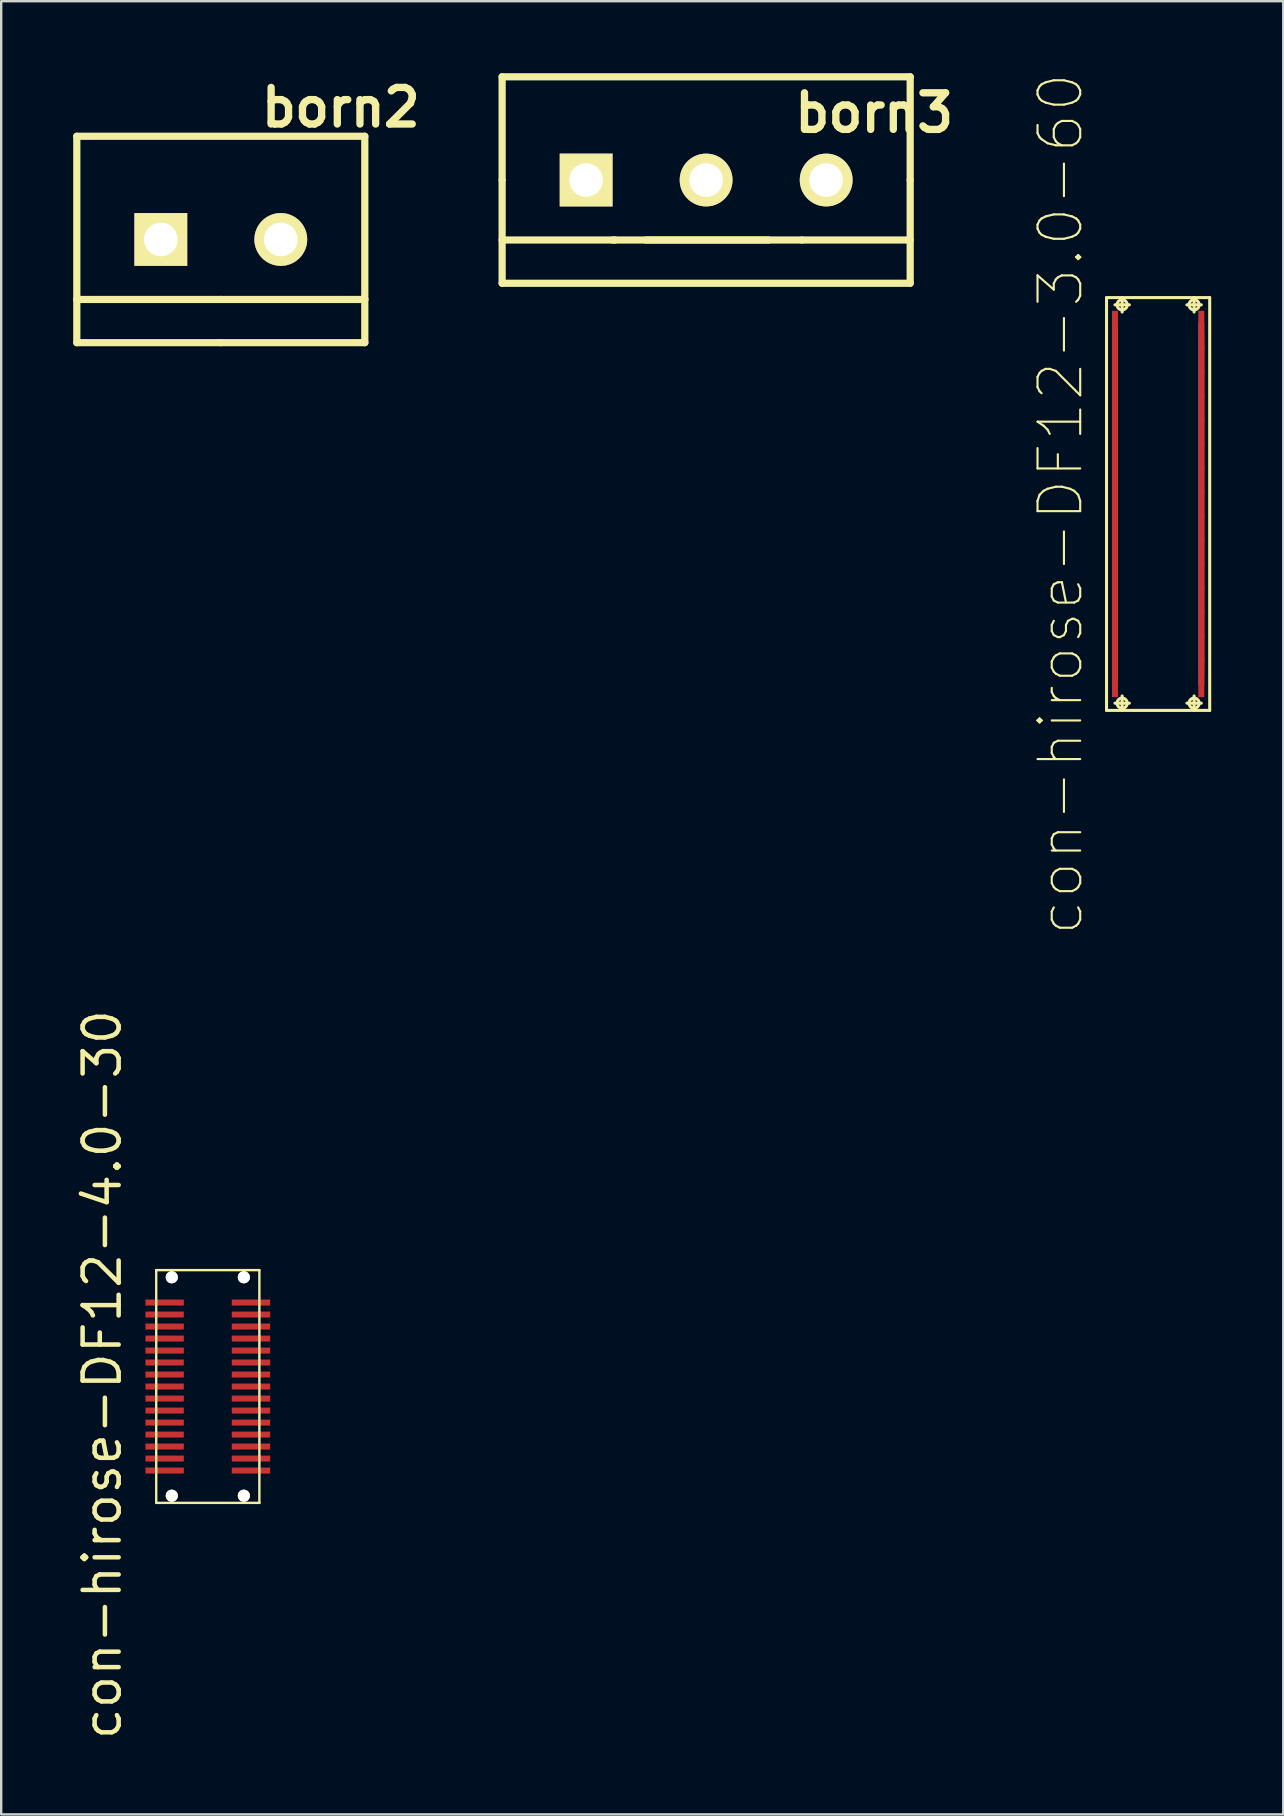
<source format=kicad_pcb>
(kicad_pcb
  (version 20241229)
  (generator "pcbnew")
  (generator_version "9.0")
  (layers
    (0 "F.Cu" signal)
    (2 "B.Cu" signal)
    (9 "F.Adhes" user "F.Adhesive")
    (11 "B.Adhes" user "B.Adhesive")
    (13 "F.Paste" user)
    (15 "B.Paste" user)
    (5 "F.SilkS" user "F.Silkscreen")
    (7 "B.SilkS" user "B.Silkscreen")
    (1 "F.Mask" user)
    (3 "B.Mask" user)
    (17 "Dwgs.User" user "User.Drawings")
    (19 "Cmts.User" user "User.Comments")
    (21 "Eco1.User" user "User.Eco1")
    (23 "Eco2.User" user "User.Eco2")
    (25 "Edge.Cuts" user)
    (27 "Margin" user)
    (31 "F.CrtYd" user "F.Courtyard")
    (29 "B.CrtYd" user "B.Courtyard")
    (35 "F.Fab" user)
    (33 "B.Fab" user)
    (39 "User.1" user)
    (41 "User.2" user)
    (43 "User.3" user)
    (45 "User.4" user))
  (footprint "con-hirose-DF12-3.0-60"
    (layer "F.Cu")
    (at 45.198 17.947)
    (property "Reference" "con-hirose-DF12-3.0-60" (at -4.064 0 90) (layer "F.SilkS") (effects (font (size 1.778 1.778) (thickness 0.089))))
    (attr smd)
    (fp_line (start -2.149 -8.598) (end -2.149 8.598) (stroke (width 0.127) (type solid)) (layer "F.SilkS"))
    (fp_line (start -2.149 8.598) (end 2.149 8.598) (stroke (width 0.127) (type solid)) (layer "F.SilkS"))
    (fp_line (start -1.798 -8.298) (end -1.199 -8.298) (stroke (width 0.127) (type solid)) (layer "F.SilkS"))
    (fp_line (start -1.798 8.298) (end -1.199 8.298) (stroke (width 0.127) (type solid)) (layer "F.SilkS"))
    (fp_line (start -1.499 -7.998) (end -1.499 -8.598) (stroke (width 0.127) (type solid)) (layer "F.SilkS"))
    (fp_line (start -1.499 8.598) (end -1.499 7.998) (stroke (width 0.127) (type solid)) (layer "F.SilkS"))
    (fp_line (start 1.199 -8.298) (end 1.798 -8.298) (stroke (width 0.127) (type solid)) (layer "F.SilkS"))
    (fp_line (start 1.199 8.298) (end 1.798 8.298) (stroke (width 0.127) (type solid)) (layer "F.SilkS"))
    (fp_line (start 1.499 -7.998) (end 1.499 -8.598) (stroke (width 0.127) (type solid)) (layer "F.SilkS"))
    (fp_line (start 1.499 8.598) (end 1.499 7.998) (stroke (width 0.127) (type solid)) (layer "F.SilkS"))
    (fp_line (start 2.149 -8.598) (end -2.149 -8.598) (stroke (width 0.127) (type solid)) (layer "F.SilkS"))
    (fp_line (start 2.149 8.598) (end 2.149 -8.598) (stroke (width 0.127) (type solid)) (layer "F.SilkS"))
    (fp_circle (center -1.499 -8.298) (end -1.648 -8.448) (stroke (width 0.127) (type solid)) (fill no) (layer "F.SilkS"))
    (fp_circle (center -1.499 8.298) (end -1.648 8.448) (stroke (width 0.127) (type solid)) (fill no) (layer "F.SilkS"))
    (fp_circle (center 1.499 -8.298) (end 1.648 -8.448) (stroke (width 0.127) (type solid)) (fill no) (layer "F.SilkS"))
    (fp_circle (center 1.499 8.298) (end 1.648 8.448) (stroke (width 0.127) (type solid)) (fill no) (layer "F.SilkS"))
    (pad "1" smd rect (at 1.798 -7.249) (size 0.249 1.598) (layers "F.Cu" "F.Mask" "F.Paste"))
    (pad "2" smd rect (at 1.798 -6.749) (size 0.249 1.598) (layers "F.Cu" "F.Mask" "F.Paste"))
    (pad "3" smd rect (at 1.798 -6.248) (size 0.249 1.598) (layers "F.Cu" "F.Mask" "F.Paste"))
    (pad "4" smd rect (at 1.798 -5.748) (size 0.249 1.598) (layers "F.Cu" "F.Mask" "F.Paste"))
    (pad "5" smd rect (at 1.798 -5.248) (size 0.249 1.598) (layers "F.Cu" "F.Mask" "F.Paste"))
    (pad "6" smd rect (at 1.798 -4.75) (size 0.249 1.598) (layers "F.Cu" "F.Mask" "F.Paste"))
    (pad "7" smd rect (at 1.798 -4.249) (size 0.249 1.598) (layers "F.Cu" "F.Mask" "F.Paste"))
    (pad "8" smd rect (at 1.798 -3.749) (size 0.249 1.598) (layers "F.Cu" "F.Mask" "F.Paste"))
    (pad "9" smd rect (at 1.798 -3.249) (size 0.249 1.598) (layers "F.Cu" "F.Mask" "F.Paste"))
    (pad "10" smd rect (at 1.798 -2.748) (size 0.249 1.598) (layers "F.Cu" "F.Mask" "F.Paste"))
    (pad "11" smd rect (at 1.798 -2.248) (size 0.249 1.598) (layers "F.Cu" "F.Mask" "F.Paste"))
    (pad "12" smd rect (at 1.798 -1.748) (size 0.249 1.598) (layers "F.Cu" "F.Mask" "F.Paste"))
    (pad "13" smd rect (at 1.798 -1.25) (size 0.249 1.598) (layers "F.Cu" "F.Mask" "F.Paste"))
    (pad "14" smd rect (at 1.798 -0.749) (size 0.249 1.598) (layers "F.Cu" "F.Mask" "F.Paste"))
    (pad "15" smd rect (at 1.798 -0.249) (size 0.249 1.598) (layers "F.Cu" "F.Mask" "F.Paste"))
    (pad "16" smd rect (at 1.798 0.249) (size 0.249 1.598) (layers "F.Cu" "F.Mask" "F.Paste"))
    (pad "17" smd rect (at 1.798 0.749) (size 0.249 1.598) (layers "F.Cu" "F.Mask" "F.Paste"))
    (pad "18" smd rect (at 1.798 1.25) (size 0.249 1.598) (layers "F.Cu" "F.Mask" "F.Paste"))
    (pad "19" smd rect (at 1.798 1.748) (size 0.249 1.598) (layers "F.Cu" "F.Mask" "F.Paste"))
    (pad "20" smd rect (at 1.798 2.248) (size 0.249 1.598) (layers "F.Cu" "F.Mask" "F.Paste"))
    (pad "21" smd rect (at 1.798 2.748) (size 0.249 1.598) (layers "F.Cu" "F.Mask" "F.Paste"))
    (pad "22" smd rect (at 1.798 3.249) (size 0.249 1.598) (layers "F.Cu" "F.Mask" "F.Paste"))
    (pad "23" smd rect (at 1.798 3.749) (size 0.249 1.598) (layers "F.Cu" "F.Mask" "F.Paste"))
    (pad "24" smd rect (at 1.798 4.249) (size 0.249 1.598) (layers "F.Cu" "F.Mask" "F.Paste"))
    (pad "25" smd rect (at 1.798 4.75) (size 0.249 1.598) (layers "F.Cu" "F.Mask" "F.Paste"))
    (pad "26" smd rect (at 1.798 5.248) (size 0.249 1.598) (layers "F.Cu" "F.Mask" "F.Paste"))
    (pad "27" smd rect (at 1.798 5.748) (size 0.249 1.598) (layers "F.Cu" "F.Mask" "F.Paste"))
    (pad "28" smd rect (at 1.798 6.248) (size 0.249 1.598) (layers "F.Cu" "F.Mask" "F.Paste"))
    (pad "29" smd rect (at 1.798 6.749) (size 0.249 1.598) (layers "F.Cu" "F.Mask" "F.Paste"))
    (pad "30" smd rect (at 1.798 7.249) (size 0.249 1.598) (layers "F.Cu" "F.Mask" "F.Paste"))
    (pad "31" smd rect (at -1.798 7.249) (size 0.249 1.598) (layers "F.Cu" "F.Mask" "F.Paste"))
    (pad "32" smd rect (at -1.798 6.749) (size 0.249 1.598) (layers "F.Cu" "F.Mask" "F.Paste"))
    (pad "33" smd rect (at -1.798 6.248) (size 0.249 1.598) (layers "F.Cu" "F.Mask" "F.Paste"))
    (pad "34" smd rect (at -1.798 5.748) (size 0.249 1.598) (layers "F.Cu" "F.Mask" "F.Paste"))
    (pad "35" smd rect (at -1.798 5.248) (size 0.249 1.598) (layers "F.Cu" "F.Mask" "F.Paste"))
    (pad "36" smd rect (at -1.798 4.75) (size 0.249 1.598) (layers "F.Cu" "F.Mask" "F.Paste"))
    (pad "37" smd rect (at -1.798 4.249) (size 0.249 1.598) (layers "F.Cu" "F.Mask" "F.Paste"))
    (pad "38" smd rect (at -1.798 3.749) (size 0.249 1.598) (layers "F.Cu" "F.Mask" "F.Paste"))
    (pad "39" smd rect (at -1.798 3.249) (size 0.249 1.598) (layers "F.Cu" "F.Mask" "F.Paste"))
    (pad "40" smd rect (at -1.798 2.748) (size 0.249 1.598) (layers "F.Cu" "F.Mask" "F.Paste"))
    (pad "41" smd rect (at -1.798 2.248) (size 0.249 1.598) (layers "F.Cu" "F.Mask" "F.Paste"))
    (pad "42" smd rect (at -1.798 1.748) (size 0.249 1.598) (layers "F.Cu" "F.Mask" "F.Paste"))
    (pad "43" smd rect (at -1.798 1.25) (size 0.249 1.598) (layers "F.Cu" "F.Mask" "F.Paste"))
    (pad "44" smd rect (at -1.798 0.749) (size 0.249 1.598) (layers "F.Cu" "F.Mask" "F.Paste"))
    (pad "45" smd rect (at -1.798 0.249) (size 0.249 1.598) (layers "F.Cu" "F.Mask" "F.Paste"))
    (pad "46" smd rect (at -1.798 -0.249) (size 0.249 1.598) (layers "F.Cu" "F.Mask" "F.Paste"))
    (pad "47" smd rect (at -1.798 -0.749) (size 0.249 1.598) (layers "F.Cu" "F.Mask" "F.Paste"))
    (pad "48" smd rect (at -1.798 -1.25) (size 0.249 1.598) (layers "F.Cu" "F.Mask" "F.Paste"))
    (pad "49" smd rect (at -1.798 -1.748) (size 0.249 1.598) (layers "F.Cu" "F.Mask" "F.Paste"))
    (pad "50" smd rect (at -1.798 -2.248) (size 0.249 1.598) (layers "F.Cu" "F.Mask" "F.Paste"))
    (pad "51" smd rect (at -1.798 -2.748) (size 0.249 1.598) (layers "F.Cu" "F.Mask" "F.Paste"))
    (pad "52" smd rect (at -1.798 -3.249) (size 0.249 1.598) (layers "F.Cu" "F.Mask" "F.Paste"))
    (pad "53" smd rect (at -1.798 -3.749) (size 0.249 1.598) (layers "F.Cu" "F.Mask" "F.Paste"))
    (pad "54" smd rect (at -1.798 -4.249) (size 0.249 1.598) (layers "F.Cu" "F.Mask" "F.Paste"))
    (pad "55" smd rect (at -1.798 -4.75) (size 0.249 1.598) (layers "F.Cu" "F.Mask" "F.Paste"))
    (pad "56" smd rect (at -1.798 -5.248) (size 0.249 1.598) (layers "F.Cu" "F.Mask" "F.Paste"))
    (pad "57" smd rect (at -1.798 -5.748) (size 0.249 1.598) (layers "F.Cu" "F.Mask" "F.Paste"))
    (pad "58" smd rect (at -1.798 -6.248) (size 0.249 1.598) (layers "F.Cu" "F.Mask" "F.Paste"))
    (pad "59" smd rect (at -1.798 -6.749) (size 0.249 1.598) (layers "F.Cu" "F.Mask" "F.Paste"))
    (pad "60" smd rect (at -1.798 -7.249) (size 0.249 1.598) (layers "F.Cu" "F.Mask" "F.Paste")))
  (footprint "born3"
    (layer "F.Cu")
    (at 23.868 4.45)
    (property "Reference" "born3" (at 9.5 -2.799 0) (layer "F.SilkS") (effects (font (size 1.524 1.524) (thickness 0.305))))
    (attr through_hole)
    (fp_line (start -5.999 -4.3) (end 11.001 -4.3) (stroke (width 0.3) (type solid)) (layer "F.SilkS"))
    (fp_line (start -5.999 0) (end -5.999 -4.3) (stroke (width 0.3) (type solid)) (layer "F.SilkS"))
    (fp_line (start -5.999 0) (end -5.999 4.3) (stroke (width 0.3) (type solid)) (layer "F.SilkS"))
    (fp_line (start -5.999 4.3) (end 11.001 4.3) (stroke (width 0.3) (type solid)) (layer "F.SilkS"))
    (fp_line (start -1.4 2.499) (end 5.1 2.499) (stroke (width 0.3) (type solid)) (layer "F.SilkS"))
    (fp_line (start -1.3 2.499) (end -5.999 2.499) (stroke (width 0.3) (type solid)) (layer "F.SilkS"))
    (fp_line (start 0 2.499) (end 6.5 2.499) (stroke (width 0.3) (type solid)) (layer "F.SilkS"))
    (fp_line (start 6.5 2.499) (end 11.001 2.499) (stroke (width 0.3) (type solid)) (layer "F.SilkS"))
    (fp_line (start 11.001 0) (end 11.001 -4.3) (stroke (width 0.3) (type solid)) (layer "F.SilkS"))
    (fp_line (start 11.001 0) (end 11.001 4.3) (stroke (width 0.3) (type solid)) (layer "F.SilkS"))
    (pad "1" thru_hole rect (at -2.499 0) (size 2.2 2.2) (drill 1.4) (layers "*.Cu" "*.Mask" "F.SilkS"))
    (pad "2" thru_hole circle (at 2.499 0) (size 2.2 2.2) (drill 1.4) (layers "*.Cu" "*.Mask" "F.SilkS"))
    (pad "3" thru_hole circle (at 7.501 0) (size 2.2 2.2) (drill 1.4) (layers "*.Cu" "*.Mask" "F.SilkS")))
  (footprint "con-hirose-DF12-4.0-30"
    (layer "F.Cu")
    (at 5.607 54.216)
    (property "Reference" "con-hirose-DF12-4.0-30" (at -4.399 0 90) (layer "F.SilkS") (effects (font (size 1.501 1.501) (thickness 0.188))))
    (attr smd)
    (fp_line (start -2.149 -4.354) (end -2.149 5.347) (stroke (width 0.099) (type solid)) (layer "F.SilkS"))
    (fp_line (start -2.149 5.344) (end 2.149 5.344) (stroke (width 0.099) (type solid)) (layer "F.SilkS"))
    (fp_line (start 2.149 -4.351) (end -2.149 -4.351) (stroke (width 0.099) (type solid)) (layer "F.SilkS"))
    (fp_line (start 2.149 5.347) (end 2.149 -4.354) (stroke (width 0.099) (type solid)) (layer "F.SilkS"))
    (pad "" thru_hole circle (at -1.501 -4.054 90) (size 0.5 0.5) (drill 0.5) (layers "*.Cu" "*.Mask" "F.SilkS"))
    (pad "" thru_hole circle (at 1.501 -4.054 90) (size 0.5 0.5) (drill 0.5) (layers "*.Cu" "*.Mask" "F.SilkS"))
    (pad "1" thru_hole circle (at -1.501 5.047 90) (size 0.5 0.5) (drill 0.5) (layers "*.Cu" "*.Mask" "F.SilkS"))
    (pad "1" smd rect (at 1.798 -3.002 90) (size 0.249 1.598) (layers "F.Cu" "F.Mask" "F.Paste"))
    (pad "2" thru_hole circle (at 1.501 5.047 90) (size 0.5 0.5) (drill 0.5) (layers "*.Cu" "*.Mask" "F.SilkS"))
    (pad "2" smd rect (at 1.798 -2.502 90) (size 0.249 1.598) (layers "F.Cu" "F.Mask" "F.Paste"))
    (pad "3" smd rect (at 1.798 -2.002 90) (size 0.249 1.598) (layers "F.Cu" "F.Mask" "F.Paste"))
    (pad "4" smd rect (at 1.798 -1.501 90) (size 0.249 1.598) (layers "F.Cu" "F.Mask" "F.Paste"))
    (pad "5" smd rect (at 1.798 -1.001 90) (size 0.249 1.598) (layers "F.Cu" "F.Mask" "F.Paste"))
    (pad "6" smd rect (at 1.798 -0.503 90) (size 0.249 1.598) (layers "F.Cu" "F.Mask" "F.Paste"))
    (pad "7" smd rect (at 1.798 -0.003 90) (size 0.249 1.598) (layers "F.Cu" "F.Mask" "F.Paste"))
    (pad "8" smd rect (at 1.798 0.498 90) (size 0.249 1.598) (layers "F.Cu" "F.Mask" "F.Paste"))
    (pad "9" smd rect (at 1.798 0.998 90) (size 0.249 1.598) (layers "F.Cu" "F.Mask" "F.Paste"))
    (pad "10" smd rect (at 1.798 1.499 90) (size 0.249 1.598) (layers "F.Cu" "F.Mask" "F.Paste"))
    (pad "11" smd rect (at 1.798 1.999 90) (size 0.249 1.598) (layers "F.Cu" "F.Mask" "F.Paste"))
    (pad "12" smd rect (at 1.798 2.499 90) (size 0.249 1.598) (layers "F.Cu" "F.Mask" "F.Paste"))
    (pad "13" smd rect (at 1.798 2.997 90) (size 0.249 1.598) (layers "F.Cu" "F.Mask" "F.Paste"))
    (pad "14" smd rect (at 1.798 3.498 90) (size 0.249 1.598) (layers "F.Cu" "F.Mask" "F.Paste"))
    (pad "15" smd rect (at 1.798 3.998 90) (size 0.249 1.598) (layers "F.Cu" "F.Mask" "F.Paste"))
    (pad "16" smd rect (at -1.798 3.998 90) (size 0.249 1.598) (layers "F.Cu" "F.Mask" "F.Paste"))
    (pad "17" smd rect (at -1.798 3.498 90) (size 0.249 1.598) (layers "F.Cu" "F.Mask" "F.Paste"))
    (pad "18" smd rect (at -1.798 2.997 90) (size 0.249 1.598) (layers "F.Cu" "F.Mask" "F.Paste"))
    (pad "19" smd rect (at -1.798 2.499 90) (size 0.249 1.598) (layers "F.Cu" "F.Mask" "F.Paste"))
    (pad "20" smd rect (at -1.798 1.999 90) (size 0.249 1.598) (layers "F.Cu" "F.Mask" "F.Paste"))
    (pad "21" smd rect (at -1.798 1.499 90) (size 0.249 1.598) (layers "F.Cu" "F.Mask" "F.Paste"))
    (pad "22" smd rect (at -1.798 0.998 90) (size 0.249 1.598) (layers "F.Cu" "F.Mask" "F.Paste"))
    (pad "23" smd rect (at -1.798 0.498 90) (size 0.249 1.598) (layers "F.Cu" "F.Mask" "F.Paste"))
    (pad "24" smd rect (at -1.798 -0.003 90) (size 0.249 1.598) (layers "F.Cu" "F.Mask" "F.Paste"))
    (pad "25" smd rect (at -1.798 -0.503 90) (size 0.249 1.598) (layers "F.Cu" "F.Mask" "F.Paste"))
    (pad "26" smd rect (at -1.798 -1.001 90) (size 0.249 1.598) (layers "F.Cu" "F.Mask" "F.Paste"))
    (pad "27" smd rect (at -1.798 -1.501 90) (size 0.249 1.598) (layers "F.Cu" "F.Mask" "F.Paste"))
    (pad "28" smd rect (at -1.798 -2.002 90) (size 0.249 1.598) (layers "F.Cu" "F.Mask" "F.Paste"))
    (pad "29" smd rect (at -1.798 -2.502 90) (size 0.249 1.598) (layers "F.Cu" "F.Mask" "F.Paste"))
    (pad "30" smd rect (at -1.798 -3.002 90) (size 0.249 1.598) (layers "F.Cu" "F.Mask" "F.Paste")))
  (footprint "born2"
    (layer "F.Cu")
    (at 6.149 6.926)
    (property "Reference" "born2" (at 4.999 -5.499 0) (layer "F.SilkS") (effects (font (size 1.524 1.524) (thickness 0.305))))
    (attr through_hole)
    (fp_line (start -5.999 -4.3) (end 5.999 -4.3) (stroke (width 0.3) (type solid)) (layer "F.SilkS"))
    (fp_line (start -5.999 2.499) (end -5.999 -4.3) (stroke (width 0.3) (type solid)) (layer "F.SilkS"))
    (fp_line (start -5.999 2.499) (end -5.999 4.3) (stroke (width 0.3) (type solid)) (layer "F.SilkS"))
    (fp_line (start 0 2.499) (end -5.999 2.499) (stroke (width 0.3) (type solid)) (layer "F.SilkS"))
    (fp_line (start 0 2.499) (end 5.999 2.499) (stroke (width 0.3) (type solid)) (layer "F.SilkS"))
    (fp_line (start 0 4.3) (end -5.999 4.3) (stroke (width 0.3) (type solid)) (layer "F.SilkS"))
    (fp_line (start 0 4.3) (end 5.999 4.3) (stroke (width 0.3) (type solid)) (layer "F.SilkS"))
    (fp_line (start 5.999 2.499) (end 5.999 -4.3) (stroke (width 0.3) (type solid)) (layer "F.SilkS"))
    (fp_line (start 5.999 4.3) (end 5.999 2.499) (stroke (width 0.3) (type solid)) (layer "F.SilkS"))
    (pad "1" thru_hole rect (at -2.499 0) (size 2.2 2.2) (drill 1.4) (layers "*.Cu" "*.Mask" "F.SilkS"))
    (pad "2" thru_hole circle (at 2.499 0) (size 2.2 2.2) (drill 1.4) (layers "*.Cu" "*.Mask" "F.SilkS")))
  (gr_rect
    (start -3 -3)
    (end 50.411 72.538)
    (stroke (width 0.1) (type default))
    (fill no)
    (layer "Edge.Cuts")))
</source>
